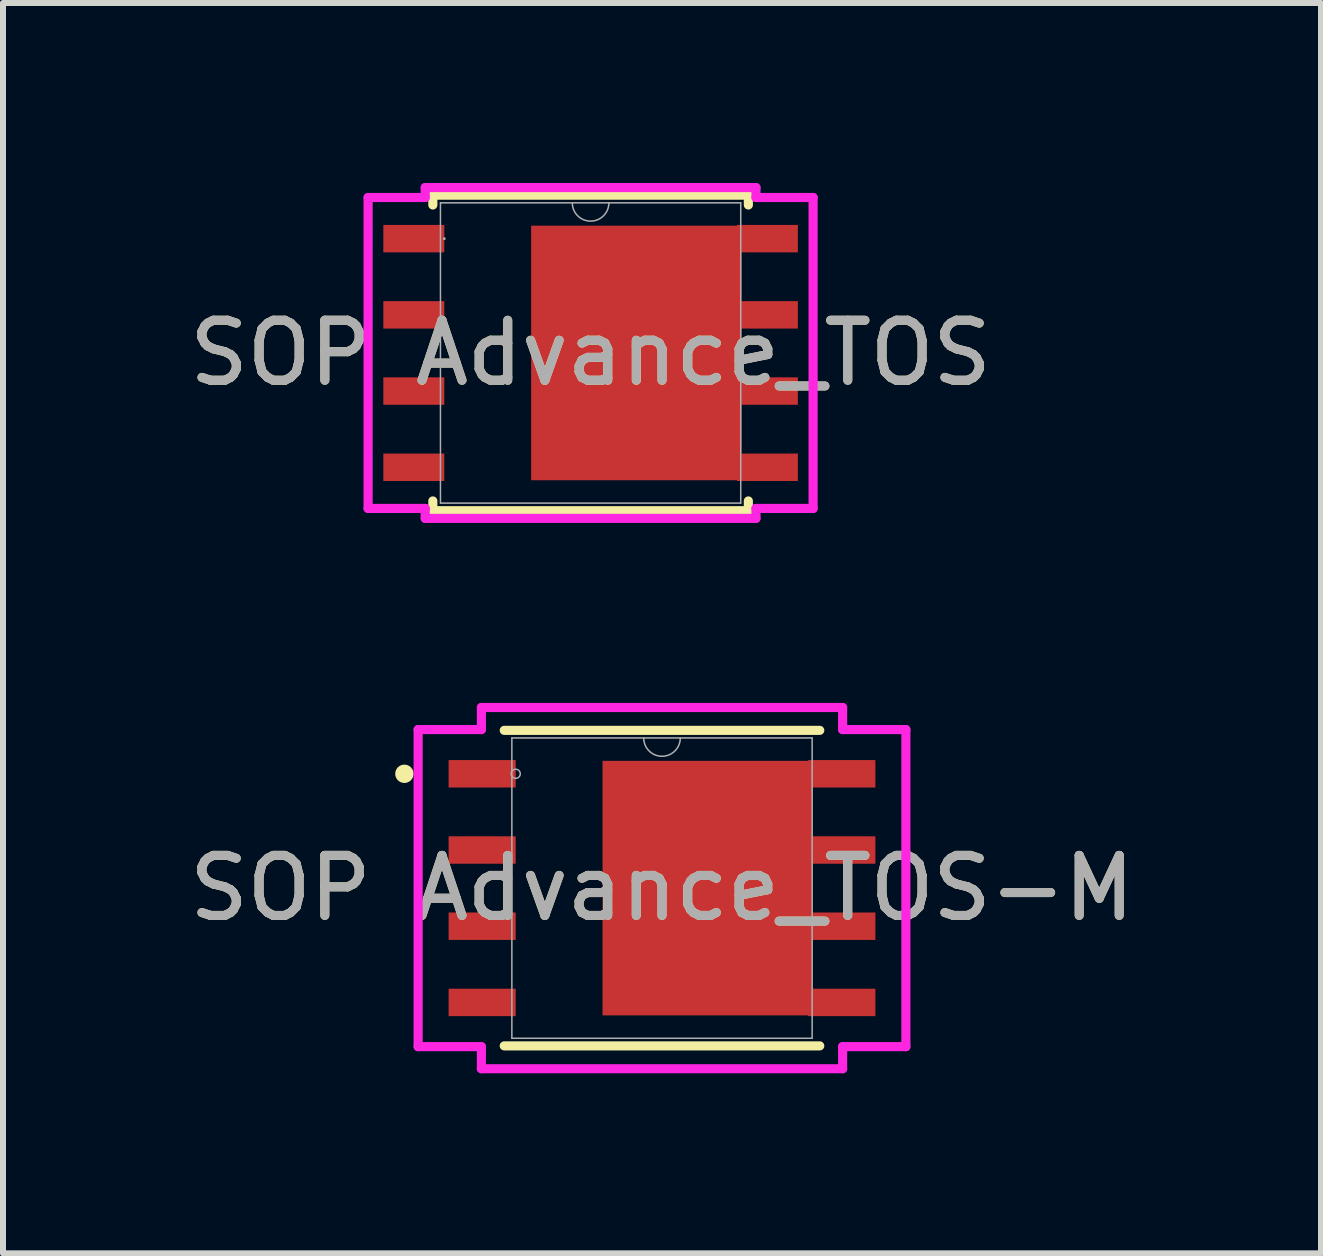
<source format=kicad_pcb>
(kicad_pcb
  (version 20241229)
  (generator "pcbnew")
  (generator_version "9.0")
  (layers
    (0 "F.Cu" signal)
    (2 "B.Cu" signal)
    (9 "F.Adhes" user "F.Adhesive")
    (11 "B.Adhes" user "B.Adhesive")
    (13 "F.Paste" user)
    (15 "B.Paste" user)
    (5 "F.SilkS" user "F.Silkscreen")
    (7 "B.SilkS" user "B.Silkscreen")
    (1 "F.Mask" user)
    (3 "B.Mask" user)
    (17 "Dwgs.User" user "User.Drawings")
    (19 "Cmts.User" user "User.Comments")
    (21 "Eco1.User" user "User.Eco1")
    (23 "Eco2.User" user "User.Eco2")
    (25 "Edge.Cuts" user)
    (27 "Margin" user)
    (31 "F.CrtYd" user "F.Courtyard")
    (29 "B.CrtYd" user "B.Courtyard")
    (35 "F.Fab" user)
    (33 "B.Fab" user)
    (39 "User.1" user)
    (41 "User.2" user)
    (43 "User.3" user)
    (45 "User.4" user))
  (footprint "SOP Advance_TOS-M"
    (layer "F.Cu")
    (at 7.982 11.75)
    (property "Reference" "SOP Advance_TOS-M" (at 0 0 0) (unlocked yes) (layer "F.SilkS") (effects (font (size 1 1) (thickness 0.15))))
    (attr smd)
    (fp_poly (pts (xy 2.515 -2.121) (xy 2.515 2.121) (xy -0.991 2.121) (xy -0.991 -2.121)) (stroke (width 0) (type solid)) (fill yes) (layer "F.Cu"))
    (fp_line (start -2.629 2.629) (end 2.629 2.629) (stroke (width 0.152) (type solid)) (layer "F.SilkS"))
    (fp_line (start 2.629 -2.629) (end -2.629 -2.629) (stroke (width 0.152) (type solid)) (layer "F.SilkS"))
    (fp_circle (center -4.293 -1.905) (end -4.216 -1.905) (stroke (width 0.152) (type solid)) (fill no) (layer "F.SilkS"))
    (fp_poly (pts (xy -0.941 -1.856) (xy -0.941 -0.752) (xy 0.662 -0.752) (xy 0.662 -1.856)) (stroke (width 0) (type solid)) (fill yes) (layer "F.Paste"))
    (fp_poly (pts (xy -0.941 -0.552) (xy -0.941 0.552) (xy 0.662 0.552) (xy 0.662 -0.552)) (stroke (width 0) (type solid)) (fill yes) (layer "F.Paste"))
    (fp_poly (pts (xy -0.941 0.752) (xy -0.941 1.856) (xy 0.662 1.856) (xy 0.662 0.752)) (stroke (width 0) (type solid)) (fill yes) (layer "F.Paste"))
    (fp_poly (pts (xy 0.862 -1.856) (xy 0.862 -0.752) (xy 2.465 -0.752) (xy 2.465 -1.856)) (stroke (width 0) (type solid)) (fill yes) (layer "F.Paste"))
    (fp_poly (pts (xy 0.862 -0.552) (xy 0.862 0.552) (xy 2.465 0.552) (xy 2.465 -0.552)) (stroke (width 0) (type solid)) (fill yes) (layer "F.Paste"))
    (fp_poly (pts (xy 0.862 0.752) (xy 0.862 1.856) (xy 2.465 1.856) (xy 2.465 0.752)) (stroke (width 0) (type solid)) (fill yes) (layer "F.Paste"))
    (fp_line (start -4.064 -2.642) (end -3.01 -2.642) (stroke (width 0.152) (type solid)) (layer "F.CrtYd"))
    (fp_line (start -4.064 2.642) (end -4.064 -2.642) (stroke (width 0.152) (type solid)) (layer "F.CrtYd"))
    (fp_line (start -4.064 2.642) (end -3.01 2.642) (stroke (width 0.152) (type solid)) (layer "F.CrtYd"))
    (fp_line (start -3.01 -3.01) (end 3.01 -3.01) (stroke (width 0.152) (type solid)) (layer "F.CrtYd"))
    (fp_line (start -3.01 -2.642) (end -3.01 -3.01) (stroke (width 0.152) (type solid)) (layer "F.CrtYd"))
    (fp_line (start -3.01 3.01) (end -3.01 2.642) (stroke (width 0.152) (type solid)) (layer "F.CrtYd"))
    (fp_line (start 3.01 -3.01) (end 3.01 -2.642) (stroke (width 0.152) (type solid)) (layer "F.CrtYd"))
    (fp_line (start 3.01 2.642) (end 3.01 3.01) (stroke (width 0.152) (type solid)) (layer "F.CrtYd"))
    (fp_line (start 3.01 3.01) (end -3.01 3.01) (stroke (width 0.152) (type solid)) (layer "F.CrtYd"))
    (fp_line (start 4.064 -2.642) (end 3.01 -2.642) (stroke (width 0.152) (type solid)) (layer "F.CrtYd"))
    (fp_line (start 4.064 -2.642) (end 4.064 2.642) (stroke (width 0.152) (type solid)) (layer "F.CrtYd"))
    (fp_line (start 4.064 2.642) (end 3.01 2.642) (stroke (width 0.152) (type solid)) (layer "F.CrtYd"))
    (fp_line (start -2.502 -2.502) (end -2.502 2.502) (stroke (width 0.025) (type solid)) (layer "F.Fab"))
    (fp_line (start -2.502 2.502) (end 2.502 2.502) (stroke (width 0.025) (type solid)) (layer "F.Fab"))
    (fp_line (start 2.502 -2.502) (end -2.502 -2.502) (stroke (width 0.025) (type solid)) (layer "F.Fab"))
    (fp_line (start 2.502 2.502) (end 2.502 -2.502) (stroke (width 0.025) (type solid)) (layer "F.Fab"))
    (fp_arc (start 0.3048 -2.5019) (mid 0 -2.1971) (end -0.3048 -2.5019) (stroke (width 0.0254) (type solid)) (layer "F.Fab"))
    (fp_circle (center -2.438 -1.905) (end -2.362 -1.905) (stroke (width 0.025) (type solid)) (fill no) (layer "F.Fab"))
    (fp_text user "${REFERENCE}" (at 0 0 0) (unlocked yes) (layer "F.Fab") (effects (font (size 1 1) (thickness 0.15))))
    (pad "1" smd rect (at -2.997 -1.905) (size 1.118 0.457) (layers "F.Cu" "F.Mask" "F.Paste"))
    (pad "2" smd rect (at -2.997 -0.635) (size 1.118 0.457) (layers "F.Cu" "F.Mask" "F.Paste"))
    (pad "3" smd rect (at -2.997 0.635) (size 1.118 0.457) (layers "F.Cu" "F.Mask" "F.Paste"))
    (pad "4" smd rect (at -2.997 1.905) (size 1.118 0.457) (layers "F.Cu" "F.Mask" "F.Paste"))
    (pad "5" smd rect (at 2.997 1.905) (size 1.118 0.457) (layers "F.Cu" "F.Mask" "F.Paste"))
    (pad "6" smd rect (at 2.997 0.635) (size 1.118 0.457) (layers "F.Cu" "F.Mask" "F.Paste"))
    (pad "7" smd rect (at 2.997 -0.635) (size 1.118 0.457) (layers "F.Cu" "F.Mask" "F.Paste"))
    (pad "8" smd rect (at 2.997 -1.905) (size 1.118 0.457) (layers "F.Cu" "F.Mask" "F.Paste")))
  (footprint "SOP Advance_TOS"
    (layer "F.Cu")
    (at 6.792 2.832)
    (property "Reference" "SOP Advance_TOS" (at 0 0 0) (unlocked yes) (layer "F.SilkS") (effects (font (size 1 1) (thickness 0.15))))
    (attr smd)
    (fp_poly (pts (xy 2.515 -2.121) (xy 2.515 2.121) (xy -0.991 2.121) (xy -0.991 -2.121)) (stroke (width 0) (type solid)) (fill yes) (layer "F.Cu"))
    (fp_line (start -2.629 -2.629) (end -2.629 -2.466) (stroke (width 0.152) (type solid)) (layer "F.SilkS"))
    (fp_line (start -2.629 2.466) (end -2.629 2.629) (stroke (width 0.152) (type solid)) (layer "F.SilkS"))
    (fp_line (start -2.629 2.629) (end 2.629 2.629) (stroke (width 0.152) (type solid)) (layer "F.SilkS"))
    (fp_line (start 2.629 -2.629) (end -2.629 -2.629) (stroke (width 0.152) (type solid)) (layer "F.SilkS"))
    (fp_line (start 2.629 -2.466) (end 2.629 -2.629) (stroke (width 0.152) (type solid)) (layer "F.SilkS"))
    (fp_line (start 2.629 2.629) (end 2.629 2.466) (stroke (width 0.152) (type solid)) (layer "F.SilkS"))
    (fp_poly (pts (xy -0.941 -1.856) (xy -0.941 -0.752) (xy 0.662 -0.752) (xy 0.662 -1.856)) (stroke (width 0) (type solid)) (fill yes) (layer "F.Paste"))
    (fp_poly (pts (xy -0.941 -0.552) (xy -0.941 0.552) (xy 0.662 0.552) (xy 0.662 -0.552)) (stroke (width 0) (type solid)) (fill yes) (layer "F.Paste"))
    (fp_poly (pts (xy -0.941 0.752) (xy -0.941 1.856) (xy 0.662 1.856) (xy 0.662 0.752)) (stroke (width 0) (type solid)) (fill yes) (layer "F.Paste"))
    (fp_poly (pts (xy 0.862 -1.856) (xy 0.862 -0.752) (xy 2.465 -0.752) (xy 2.465 -1.856)) (stroke (width 0) (type solid)) (fill yes) (layer "F.Paste"))
    (fp_poly (pts (xy 0.862 -0.552) (xy 0.862 0.552) (xy 2.465 0.552) (xy 2.465 -0.552)) (stroke (width 0) (type solid)) (fill yes) (layer "F.Paste"))
    (fp_poly (pts (xy 0.862 0.752) (xy 0.862 1.856) (xy 2.465 1.856) (xy 2.465 0.752)) (stroke (width 0) (type solid)) (fill yes) (layer "F.Paste"))
    (fp_line (start -3.708 -2.591) (end -2.756 -2.591) (stroke (width 0.152) (type solid)) (layer "F.CrtYd"))
    (fp_line (start -3.708 2.591) (end -3.708 -2.591) (stroke (width 0.152) (type solid)) (layer "F.CrtYd"))
    (fp_line (start -3.708 2.591) (end -2.756 2.591) (stroke (width 0.152) (type solid)) (layer "F.CrtYd"))
    (fp_line (start -2.756 -2.756) (end 2.756 -2.756) (stroke (width 0.152) (type solid)) (layer "F.CrtYd"))
    (fp_line (start -2.756 -2.591) (end -2.756 -2.756) (stroke (width 0.152) (type solid)) (layer "F.CrtYd"))
    (fp_line (start -2.756 2.756) (end -2.756 2.591) (stroke (width 0.152) (type solid)) (layer "F.CrtYd"))
    (fp_line (start 2.756 -2.756) (end 2.756 -2.591) (stroke (width 0.152) (type solid)) (layer "F.CrtYd"))
    (fp_line (start 2.756 2.591) (end 2.756 2.756) (stroke (width 0.152) (type solid)) (layer "F.CrtYd"))
    (fp_line (start 2.756 2.756) (end -2.756 2.756) (stroke (width 0.152) (type solid)) (layer "F.CrtYd"))
    (fp_line (start 3.708 -2.591) (end 2.756 -2.591) (stroke (width 0.152) (type solid)) (layer "F.CrtYd"))
    (fp_line (start 3.708 -2.591) (end 3.708 2.591) (stroke (width 0.152) (type solid)) (layer "F.CrtYd"))
    (fp_line (start 3.708 2.591) (end 2.756 2.591) (stroke (width 0.152) (type solid)) (layer "F.CrtYd"))
    (fp_line (start -2.502 -2.502) (end -2.502 2.502) (stroke (width 0.025) (type solid)) (layer "F.Fab"))
    (fp_line (start -2.502 2.502) (end 2.502 2.502) (stroke (width 0.025) (type solid)) (layer "F.Fab"))
    (fp_line (start 2.502 -2.502) (end -2.502 -2.502) (stroke (width 0.025) (type solid)) (layer "F.Fab"))
    (fp_line (start 2.502 2.502) (end 2.502 -2.502) (stroke (width 0.025) (type solid)) (layer "F.Fab"))
    (fp_arc (start 0.3048 -2.5019) (mid 0 -2.1971) (end -0.3048 -2.5019) (stroke (width 0.0254) (type solid)) (layer "F.Fab"))
    (fp_circle (center -2.438 -1.905) (end -2.438 -1.905) (stroke (width 0.025) (type solid)) (fill no) (layer "F.Fab"))
    (fp_text user "${REFERENCE}" (at 0 0 0) (unlocked yes) (layer "F.Fab") (effects (font (size 1 1) (thickness 0.15))))
    (pad "1" smd rect (at -2.946 -1.905) (size 1.016 0.457) (layers "F.Cu" "F.Mask" "F.Paste"))
    (pad "2" smd rect (at -2.946 -0.635) (size 1.016 0.457) (layers "F.Cu" "F.Mask" "F.Paste"))
    (pad "3" smd rect (at -2.946 0.635) (size 1.016 0.457) (layers "F.Cu" "F.Mask" "F.Paste"))
    (pad "4" smd rect (at -2.946 1.905) (size 1.016 0.457) (layers "F.Cu" "F.Mask" "F.Paste"))
    (pad "5" smd rect (at 2.946 1.905) (size 1.016 0.457) (layers "F.Cu" "F.Mask" "F.Paste"))
    (pad "6" smd rect (at 2.946 0.635) (size 1.016 0.457) (layers "F.Cu" "F.Mask" "F.Paste"))
    (pad "7" smd rect (at 2.946 -0.635) (size 1.016 0.457) (layers "F.Cu" "F.Mask" "F.Paste"))
    (pad "8" smd rect (at 2.946 -1.905) (size 1.016 0.457) (layers "F.Cu" "F.Mask" "F.Paste")))
  (gr_rect
    (start -3 -3)
    (end 18.964 17.836)
    (stroke (width 0.1) (type default))
    (fill no)
    (layer "Edge.Cuts")))
</source>
